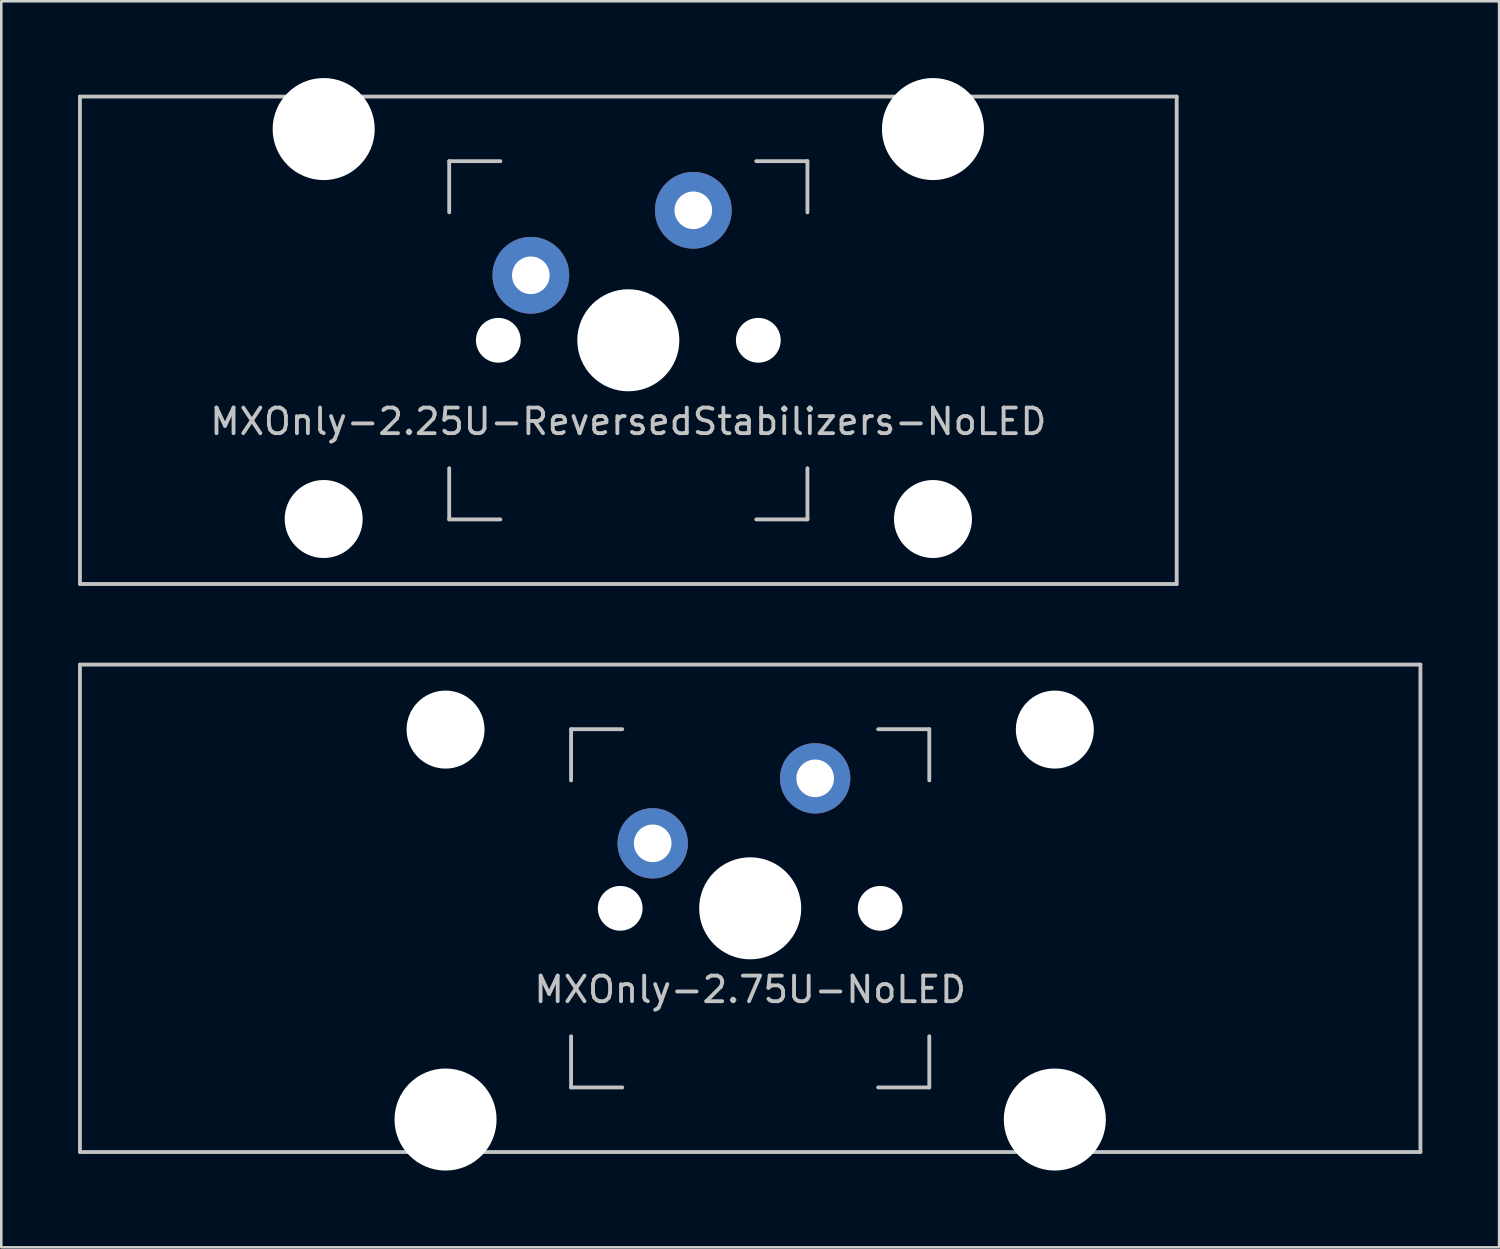
<source format=kicad_pcb>
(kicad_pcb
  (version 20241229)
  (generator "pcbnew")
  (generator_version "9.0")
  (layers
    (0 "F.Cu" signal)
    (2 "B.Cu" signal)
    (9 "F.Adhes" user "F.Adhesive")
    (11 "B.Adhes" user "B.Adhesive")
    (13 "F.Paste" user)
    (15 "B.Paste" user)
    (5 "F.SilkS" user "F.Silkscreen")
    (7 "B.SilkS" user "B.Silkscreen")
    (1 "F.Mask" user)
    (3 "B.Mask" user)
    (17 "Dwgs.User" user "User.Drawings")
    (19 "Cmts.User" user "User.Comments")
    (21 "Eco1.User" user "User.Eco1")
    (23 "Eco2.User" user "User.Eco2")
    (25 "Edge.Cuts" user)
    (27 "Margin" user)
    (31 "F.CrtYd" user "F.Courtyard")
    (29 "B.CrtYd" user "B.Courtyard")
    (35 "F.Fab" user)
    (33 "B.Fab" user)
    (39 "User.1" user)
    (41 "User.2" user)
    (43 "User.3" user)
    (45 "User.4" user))
  (footprint "MXOnly-2.25U-ReversedStabilizers-NoLED"
    (layer "F.Cu")
    (at 21.506 10.249)
    (property "Reference" "MXOnly-2.25U-ReversedStabilizers-NoLED" (at 0 3.175 0) (layer "Dwgs.User") (effects (font (size 1 1) (thickness 0.15))))
    (attr through_hole)
    (fp_line (start -21.431 -9.525) (end 21.431 -9.525) (stroke (width 0.15) (type solid)) (layer "Dwgs.User"))
    (fp_line (start -21.431 9.525) (end -21.431 -9.525) (stroke (width 0.15) (type solid)) (layer "Dwgs.User"))
    (fp_line (start -21.431 9.525) (end 21.431 9.525) (stroke (width 0.15) (type solid)) (layer "Dwgs.User"))
    (fp_line (start -7 -7) (end -7 -5) (stroke (width 0.15) (type solid)) (layer "Dwgs.User"))
    (fp_line (start -7 5) (end -7 7) (stroke (width 0.15) (type solid)) (layer "Dwgs.User"))
    (fp_line (start -7 7) (end -5 7) (stroke (width 0.15) (type solid)) (layer "Dwgs.User"))
    (fp_line (start -5 -7) (end -7 -7) (stroke (width 0.15) (type solid)) (layer "Dwgs.User"))
    (fp_line (start 5 -7) (end 7 -7) (stroke (width 0.15) (type solid)) (layer "Dwgs.User"))
    (fp_line (start 5 7) (end 7 7) (stroke (width 0.15) (type solid)) (layer "Dwgs.User"))
    (fp_line (start 7 -7) (end 7 -5) (stroke (width 0.15) (type solid)) (layer "Dwgs.User"))
    (fp_line (start 7 7) (end 7 5) (stroke (width 0.15) (type solid)) (layer "Dwgs.User"))
    (fp_line (start 21.431 -9.525) (end 21.431 9.525) (stroke (width 0.15) (type solid)) (layer "Dwgs.User"))
    (pad "" np_thru_hole circle (at -11.906 -8.255) (size 3.988 3.988) (drill 3.988) (layers "*.Cu" "*.Mask"))
    (pad "" np_thru_hole circle (at -11.906 6.985) (size 3.048 3.048) (drill 3.048) (layers "*.Cu" "*.Mask"))
    (pad "" np_thru_hole circle (at -5.08 0 48.1) (size 1.75 1.75) (drill 1.75) (layers "*.Cu" "*.Mask"))
    (pad "" np_thru_hole circle (at 0 0) (size 3.988 3.988) (drill 3.988) (layers "*.Cu" "*.Mask"))
    (pad "" np_thru_hole circle (at 5.08 0 48.1) (size 1.75 1.75) (drill 1.75) (layers "*.Cu" "*.Mask"))
    (pad "" np_thru_hole circle (at 11.906 -8.255) (size 3.988 3.988) (drill 3.988) (layers "*.Cu" "*.Mask"))
    (pad "" np_thru_hole circle (at 11.906 6.985) (size 3.048 3.048) (drill 3.048) (layers "*.Cu" "*.Mask"))
    (pad "1" thru_hole circle (at -3.81 -2.54) (size 3 3) (drill 1.47) (layers "*.Cu" "B.Mask"))
    (pad "2" thru_hole circle (at 2.54 -5.08) (size 3 3) (drill 1.47) (layers "*.Cu" "B.Mask")))
  (footprint "MXOnly-2.75U-NoLED"
    (layer "F.Cu")
    (at 26.269 32.449)
    (property "Reference" "MXOnly-2.75U-NoLED" (at 0 3.175 0) (layer "Dwgs.User") (effects (font (size 1 1) (thickness 0.15))))
    (attr through_hole)
    (fp_line (start -26.194 -9.525) (end 26.194 -9.525) (stroke (width 0.15) (type solid)) (layer "Dwgs.User"))
    (fp_line (start -26.194 9.525) (end -26.194 -9.525) (stroke (width 0.15) (type solid)) (layer "Dwgs.User"))
    (fp_line (start -26.194 9.525) (end 26.194 9.525) (stroke (width 0.15) (type solid)) (layer "Dwgs.User"))
    (fp_line (start -7 -7) (end -7 -5) (stroke (width 0.15) (type solid)) (layer "Dwgs.User"))
    (fp_line (start -7 5) (end -7 7) (stroke (width 0.15) (type solid)) (layer "Dwgs.User"))
    (fp_line (start -7 7) (end -5 7) (stroke (width 0.15) (type solid)) (layer "Dwgs.User"))
    (fp_line (start -5 -7) (end -7 -7) (stroke (width 0.15) (type solid)) (layer "Dwgs.User"))
    (fp_line (start 5 -7) (end 7 -7) (stroke (width 0.15) (type solid)) (layer "Dwgs.User"))
    (fp_line (start 5 7) (end 7 7) (stroke (width 0.15) (type solid)) (layer "Dwgs.User"))
    (fp_line (start 7 -7) (end 7 -5) (stroke (width 0.15) (type solid)) (layer "Dwgs.User"))
    (fp_line (start 7 7) (end 7 5) (stroke (width 0.15) (type solid)) (layer "Dwgs.User"))
    (fp_line (start 26.194 -9.525) (end 26.194 9.525) (stroke (width 0.15) (type solid)) (layer "Dwgs.User"))
    (pad "" np_thru_hole circle (at -11.906 -6.985) (size 3.048 3.048) (drill 3.048) (layers "*.Cu" "*.Mask"))
    (pad "" np_thru_hole circle (at -11.906 8.255) (size 3.988 3.988) (drill 3.988) (layers "*.Cu" "*.Mask"))
    (pad "" np_thru_hole circle (at -5.08 0 48.1) (size 1.75 1.75) (drill 1.75) (layers "*.Cu" "*.Mask"))
    (pad "" np_thru_hole circle (at 0 0) (size 3.988 3.988) (drill 3.988) (layers "*.Cu" "*.Mask"))
    (pad "" np_thru_hole circle (at 5.08 0 48.1) (size 1.75 1.75) (drill 1.75) (layers "*.Cu" "*.Mask"))
    (pad "" np_thru_hole circle (at 11.906 -6.985) (size 3.048 3.048) (drill 3.048) (layers "*.Cu" "*.Mask"))
    (pad "" np_thru_hole circle (at 11.906 8.255) (size 3.988 3.988) (drill 3.988) (layers "*.Cu" "*.Mask"))
    (pad "1" thru_hole circle (at -3.81 -2.54) (size 2.75 2.75) (drill 1.47) (layers "*.Cu" "B.Mask"))
    (pad "2" thru_hole circle (at 2.54 -5.08) (size 2.75 2.75) (drill 1.47) (layers "*.Cu" "B.Mask")))
  (gr_rect
    (start -3 -3)
    (end 55.538 45.698)
    (stroke (width 0.1) (type default))
    (fill no)
    (layer "Edge.Cuts")))
</source>
